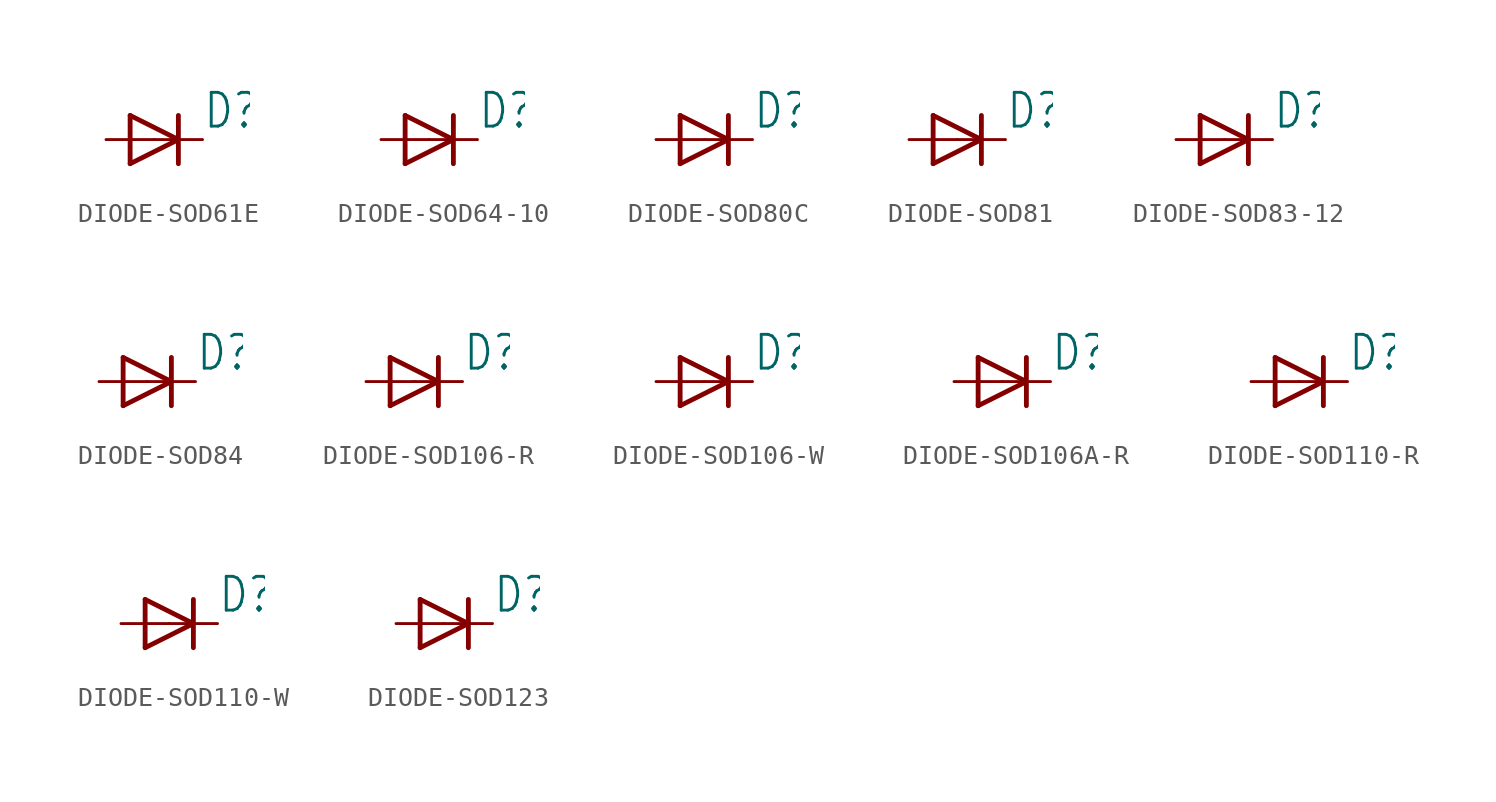
<source format=kicad_sym>
(kicad_symbol_lib
  (version 20241209)
  (generator "kicad_symbol_editor")
  (generator_version "9.0")
  (symbol "DIODE-SOD61E"
    (property "Reference" "D"
      (at 2.54 0.483 0)
      (effects (font (size 1.778 1.511)) (justify left bottom)))
    (property "Value" ""
      (at 2.54 -2.311 0)
      (effects (font (size 1.778 1.511)) (justify left bottom)))
    (property "ki_locked" ""
      (at 0 0 0)
      (effects (font (size 1.27 1.27))))
    (symbol "DIODE-SOD61E_1_0"
      (polyline (pts (xy -1.27 1.27) (xy -1.27 -1.27)) (stroke (width 0.254) (type solid)) (fill (type none)))
      (polyline (pts (xy -1.27 -1.27) (xy 1.27 0)) (stroke (width 0.254) (type solid)) (fill (type none)))
      (polyline (pts (xy 1.27 1.27) (xy 1.27 0)) (stroke (width 0.254) (type solid)) (fill (type none)))
      (polyline (pts (xy 1.27 0) (xy -1.27 1.27)) (stroke (width 0.254) (type solid)) (fill (type none)))
      (polyline (pts (xy 1.27 0) (xy 1.27 -1.27)) (stroke (width 0.254) (type solid)) (fill (type none)))
      (pin passive line (at -2.54 0 0) (length 2.54) (name "A" (effects (font (size 0 0)))) (number "A" (effects (font (size 0 0)))))
      (pin passive line (at 2.54 0 180) (length 2.54) (name "C" (effects (font (size 0 0)))) (number "C" (effects (font (size 0 0)))))))
  (symbol "DIODE-SOD64-10"
    (property "Reference" "D"
      (at 2.54 0.483 0)
      (effects (font (size 1.778 1.511)) (justify left bottom)))
    (property "Value" ""
      (at 2.54 -2.311 0)
      (effects (font (size 1.778 1.511)) (justify left bottom)))
    (property "ki_locked" ""
      (at 0 0 0)
      (effects (font (size 1.27 1.27))))
    (symbol "DIODE-SOD64-10_1_0"
      (polyline (pts (xy -1.27 1.27) (xy -1.27 -1.27)) (stroke (width 0.254) (type solid)) (fill (type none)))
      (polyline (pts (xy -1.27 -1.27) (xy 1.27 0)) (stroke (width 0.254) (type solid)) (fill (type none)))
      (polyline (pts (xy 1.27 1.27) (xy 1.27 0)) (stroke (width 0.254) (type solid)) (fill (type none)))
      (polyline (pts (xy 1.27 0) (xy -1.27 1.27)) (stroke (width 0.254) (type solid)) (fill (type none)))
      (polyline (pts (xy 1.27 0) (xy 1.27 -1.27)) (stroke (width 0.254) (type solid)) (fill (type none)))
      (pin passive line (at -2.54 0 0) (length 2.54) (name "A" (effects (font (size 0 0)))) (number "A" (effects (font (size 0 0)))))
      (pin passive line (at 2.54 0 180) (length 2.54) (name "C" (effects (font (size 0 0)))) (number "C" (effects (font (size 0 0)))))))
  (symbol "DIODE-SOD80C"
    (property "Reference" "D"
      (at 2.54 0.483 0)
      (effects (font (size 1.778 1.511)) (justify left bottom)))
    (property "Value" ""
      (at 2.54 -2.311 0)
      (effects (font (size 1.778 1.511)) (justify left bottom)))
    (property "ki_locked" ""
      (at 0 0 0)
      (effects (font (size 1.27 1.27))))
    (symbol "DIODE-SOD80C_1_0"
      (polyline (pts (xy -1.27 1.27) (xy -1.27 -1.27)) (stroke (width 0.254) (type solid)) (fill (type none)))
      (polyline (pts (xy -1.27 -1.27) (xy 1.27 0)) (stroke (width 0.254) (type solid)) (fill (type none)))
      (polyline (pts (xy 1.27 1.27) (xy 1.27 0)) (stroke (width 0.254) (type solid)) (fill (type none)))
      (polyline (pts (xy 1.27 0) (xy -1.27 1.27)) (stroke (width 0.254) (type solid)) (fill (type none)))
      (polyline (pts (xy 1.27 0) (xy 1.27 -1.27)) (stroke (width 0.254) (type solid)) (fill (type none)))
      (pin passive line (at -2.54 0 0) (length 2.54) (name "A" (effects (font (size 0 0)))) (number "A" (effects (font (size 0 0)))))
      (pin passive line (at 2.54 0 180) (length 2.54) (name "C" (effects (font (size 0 0)))) (number "C" (effects (font (size 0 0)))))))
  (symbol "DIODE-SOD81"
    (property "Reference" "D"
      (at 2.54 0.483 0)
      (effects (font (size 1.778 1.511)) (justify left bottom)))
    (property "Value" ""
      (at 2.54 -2.311 0)
      (effects (font (size 1.778 1.511)) (justify left bottom)))
    (property "ki_locked" ""
      (at 0 0 0)
      (effects (font (size 1.27 1.27))))
    (symbol "DIODE-SOD81_1_0"
      (polyline (pts (xy -1.27 1.27) (xy -1.27 -1.27)) (stroke (width 0.254) (type solid)) (fill (type none)))
      (polyline (pts (xy -1.27 -1.27) (xy 1.27 0)) (stroke (width 0.254) (type solid)) (fill (type none)))
      (polyline (pts (xy 1.27 1.27) (xy 1.27 0)) (stroke (width 0.254) (type solid)) (fill (type none)))
      (polyline (pts (xy 1.27 0) (xy -1.27 1.27)) (stroke (width 0.254) (type solid)) (fill (type none)))
      (polyline (pts (xy 1.27 0) (xy 1.27 -1.27)) (stroke (width 0.254) (type solid)) (fill (type none)))
      (pin passive line (at -2.54 0 0) (length 2.54) (name "A" (effects (font (size 0 0)))) (number "A" (effects (font (size 0 0)))))
      (pin passive line (at 2.54 0 180) (length 2.54) (name "C" (effects (font (size 0 0)))) (number "C" (effects (font (size 0 0)))))))
  (symbol "DIODE-SOD83-12"
    (property "Reference" "D"
      (at 2.54 0.483 0)
      (effects (font (size 1.778 1.511)) (justify left bottom)))
    (property "Value" ""
      (at 2.54 -2.311 0)
      (effects (font (size 1.778 1.511)) (justify left bottom)))
    (property "ki_locked" ""
      (at 0 0 0)
      (effects (font (size 1.27 1.27))))
    (symbol "DIODE-SOD83-12_1_0"
      (polyline (pts (xy -1.27 1.27) (xy -1.27 -1.27)) (stroke (width 0.254) (type solid)) (fill (type none)))
      (polyline (pts (xy -1.27 -1.27) (xy 1.27 0)) (stroke (width 0.254) (type solid)) (fill (type none)))
      (polyline (pts (xy 1.27 1.27) (xy 1.27 0)) (stroke (width 0.254) (type solid)) (fill (type none)))
      (polyline (pts (xy 1.27 0) (xy -1.27 1.27)) (stroke (width 0.254) (type solid)) (fill (type none)))
      (polyline (pts (xy 1.27 0) (xy 1.27 -1.27)) (stroke (width 0.254) (type solid)) (fill (type none)))
      (pin passive line (at -2.54 0 0) (length 2.54) (name "A" (effects (font (size 0 0)))) (number "A" (effects (font (size 0 0)))))
      (pin passive line (at 2.54 0 180) (length 2.54) (name "C" (effects (font (size 0 0)))) (number "C" (effects (font (size 0 0)))))))
  (symbol "DIODE-SOD84"
    (property "Reference" "D"
      (at 2.54 0.483 0)
      (effects (font (size 1.778 1.511)) (justify left bottom)))
    (property "Value" ""
      (at 2.54 -2.311 0)
      (effects (font (size 1.778 1.511)) (justify left bottom)))
    (property "ki_locked" ""
      (at 0 0 0)
      (effects (font (size 1.27 1.27))))
    (symbol "DIODE-SOD84_1_0"
      (polyline (pts (xy -1.27 1.27) (xy -1.27 -1.27)) (stroke (width 0.254) (type solid)) (fill (type none)))
      (polyline (pts (xy -1.27 -1.27) (xy 1.27 0)) (stroke (width 0.254) (type solid)) (fill (type none)))
      (polyline (pts (xy 1.27 1.27) (xy 1.27 0)) (stroke (width 0.254) (type solid)) (fill (type none)))
      (polyline (pts (xy 1.27 0) (xy -1.27 1.27)) (stroke (width 0.254) (type solid)) (fill (type none)))
      (polyline (pts (xy 1.27 0) (xy 1.27 -1.27)) (stroke (width 0.254) (type solid)) (fill (type none)))
      (pin passive line (at -2.54 0 0) (length 2.54) (name "A" (effects (font (size 0 0)))) (number "A" (effects (font (size 0 0)))))
      (pin passive line (at 2.54 0 180) (length 2.54) (name "C" (effects (font (size 0 0)))) (number "C" (effects (font (size 0 0)))))))
  (symbol "DIODE-SOD106-R"
    (property "Reference" "D"
      (at 2.54 0.483 0)
      (effects (font (size 1.778 1.511)) (justify left bottom)))
    (property "Value" ""
      (at 2.54 -2.311 0)
      (effects (font (size 1.778 1.511)) (justify left bottom)))
    (property "ki_locked" ""
      (at 0 0 0)
      (effects (font (size 1.27 1.27))))
    (symbol "DIODE-SOD106-R_1_0"
      (polyline (pts (xy -1.27 1.27) (xy -1.27 -1.27)) (stroke (width 0.254) (type solid)) (fill (type none)))
      (polyline (pts (xy -1.27 -1.27) (xy 1.27 0)) (stroke (width 0.254) (type solid)) (fill (type none)))
      (polyline (pts (xy 1.27 1.27) (xy 1.27 0)) (stroke (width 0.254) (type solid)) (fill (type none)))
      (polyline (pts (xy 1.27 0) (xy -1.27 1.27)) (stroke (width 0.254) (type solid)) (fill (type none)))
      (polyline (pts (xy 1.27 0) (xy 1.27 -1.27)) (stroke (width 0.254) (type solid)) (fill (type none)))
      (pin passive line (at -2.54 0 0) (length 2.54) (name "A" (effects (font (size 0 0)))) (number "A" (effects (font (size 0 0)))))
      (pin passive line (at 2.54 0 180) (length 2.54) (name "C" (effects (font (size 0 0)))) (number "C" (effects (font (size 0 0)))))))
  (symbol "DIODE-SOD106-W"
    (property "Reference" "D"
      (at 2.54 0.483 0)
      (effects (font (size 1.778 1.511)) (justify left bottom)))
    (property "Value" ""
      (at 2.54 -2.311 0)
      (effects (font (size 1.778 1.511)) (justify left bottom)))
    (property "ki_locked" ""
      (at 0 0 0)
      (effects (font (size 1.27 1.27))))
    (symbol "DIODE-SOD106-W_1_0"
      (polyline (pts (xy -1.27 1.27) (xy -1.27 -1.27)) (stroke (width 0.254) (type solid)) (fill (type none)))
      (polyline (pts (xy -1.27 -1.27) (xy 1.27 0)) (stroke (width 0.254) (type solid)) (fill (type none)))
      (polyline (pts (xy 1.27 1.27) (xy 1.27 0)) (stroke (width 0.254) (type solid)) (fill (type none)))
      (polyline (pts (xy 1.27 0) (xy -1.27 1.27)) (stroke (width 0.254) (type solid)) (fill (type none)))
      (polyline (pts (xy 1.27 0) (xy 1.27 -1.27)) (stroke (width 0.254) (type solid)) (fill (type none)))
      (pin passive line (at -2.54 0 0) (length 2.54) (name "A" (effects (font (size 0 0)))) (number "A" (effects (font (size 0 0)))))
      (pin passive line (at 2.54 0 180) (length 2.54) (name "C" (effects (font (size 0 0)))) (number "C" (effects (font (size 0 0)))))))
  (symbol "DIODE-SOD106A-R"
    (property "Reference" "D"
      (at 2.54 0.483 0)
      (effects (font (size 1.778 1.511)) (justify left bottom)))
    (property "Value" ""
      (at 2.54 -2.311 0)
      (effects (font (size 1.778 1.511)) (justify left bottom)))
    (property "ki_locked" ""
      (at 0 0 0)
      (effects (font (size 1.27 1.27))))
    (symbol "DIODE-SOD106A-R_1_0"
      (polyline (pts (xy -1.27 1.27) (xy -1.27 -1.27)) (stroke (width 0.254) (type solid)) (fill (type none)))
      (polyline (pts (xy -1.27 -1.27) (xy 1.27 0)) (stroke (width 0.254) (type solid)) (fill (type none)))
      (polyline (pts (xy 1.27 1.27) (xy 1.27 0)) (stroke (width 0.254) (type solid)) (fill (type none)))
      (polyline (pts (xy 1.27 0) (xy -1.27 1.27)) (stroke (width 0.254) (type solid)) (fill (type none)))
      (polyline (pts (xy 1.27 0) (xy 1.27 -1.27)) (stroke (width 0.254) (type solid)) (fill (type none)))
      (pin passive line (at -2.54 0 0) (length 2.54) (name "A" (effects (font (size 0 0)))) (number "A" (effects (font (size 0 0)))))
      (pin passive line (at 2.54 0 180) (length 2.54) (name "C" (effects (font (size 0 0)))) (number "C" (effects (font (size 0 0)))))))
  (symbol "DIODE-SOD110-R"
    (property "Reference" "D"
      (at 2.54 0.483 0)
      (effects (font (size 1.778 1.511)) (justify left bottom)))
    (property "Value" ""
      (at 2.54 -2.311 0)
      (effects (font (size 1.778 1.511)) (justify left bottom)))
    (property "ki_locked" ""
      (at 0 0 0)
      (effects (font (size 1.27 1.27))))
    (symbol "DIODE-SOD110-R_1_0"
      (polyline (pts (xy -1.27 1.27) (xy -1.27 -1.27)) (stroke (width 0.254) (type solid)) (fill (type none)))
      (polyline (pts (xy -1.27 -1.27) (xy 1.27 0)) (stroke (width 0.254) (type solid)) (fill (type none)))
      (polyline (pts (xy 1.27 1.27) (xy 1.27 0)) (stroke (width 0.254) (type solid)) (fill (type none)))
      (polyline (pts (xy 1.27 0) (xy -1.27 1.27)) (stroke (width 0.254) (type solid)) (fill (type none)))
      (polyline (pts (xy 1.27 0) (xy 1.27 -1.27)) (stroke (width 0.254) (type solid)) (fill (type none)))
      (pin passive line (at -2.54 0 0) (length 2.54) (name "A" (effects (font (size 0 0)))) (number "A" (effects (font (size 0 0)))))
      (pin passive line (at 2.54 0 180) (length 2.54) (name "C" (effects (font (size 0 0)))) (number "C" (effects (font (size 0 0)))))))
  (symbol "DIODE-SOD110-W"
    (property "Reference" "D"
      (at 2.54 0.483 0)
      (effects (font (size 1.778 1.511)) (justify left bottom)))
    (property "Value" ""
      (at 2.54 -2.311 0)
      (effects (font (size 1.778 1.511)) (justify left bottom)))
    (property "ki_locked" ""
      (at 0 0 0)
      (effects (font (size 1.27 1.27))))
    (symbol "DIODE-SOD110-W_1_0"
      (polyline (pts (xy -1.27 1.27) (xy -1.27 -1.27)) (stroke (width 0.254) (type solid)) (fill (type none)))
      (polyline (pts (xy -1.27 -1.27) (xy 1.27 0)) (stroke (width 0.254) (type solid)) (fill (type none)))
      (polyline (pts (xy 1.27 1.27) (xy 1.27 0)) (stroke (width 0.254) (type solid)) (fill (type none)))
      (polyline (pts (xy 1.27 0) (xy -1.27 1.27)) (stroke (width 0.254) (type solid)) (fill (type none)))
      (polyline (pts (xy 1.27 0) (xy 1.27 -1.27)) (stroke (width 0.254) (type solid)) (fill (type none)))
      (pin passive line (at -2.54 0 0) (length 2.54) (name "A" (effects (font (size 0 0)))) (number "A" (effects (font (size 0 0)))))
      (pin passive line (at 2.54 0 180) (length 2.54) (name "C" (effects (font (size 0 0)))) (number "C" (effects (font (size 0 0)))))))
  (symbol "DIODE-SOD123"
    (property "Reference" "D"
      (at 2.54 0.483 0)
      (effects (font (size 1.778 1.511)) (justify left bottom)))
    (property "Value" ""
      (at 2.54 -2.311 0)
      (effects (font (size 1.778 1.511)) (justify left bottom)))
    (property "ki_locked" ""
      (at 0 0 0)
      (effects (font (size 1.27 1.27))))
    (symbol "DIODE-SOD123_1_0"
      (polyline (pts (xy -1.27 1.27) (xy -1.27 -1.27)) (stroke (width 0.254) (type solid)) (fill (type none)))
      (polyline (pts (xy -1.27 -1.27) (xy 1.27 0)) (stroke (width 0.254) (type solid)) (fill (type none)))
      (polyline (pts (xy 1.27 1.27) (xy 1.27 0)) (stroke (width 0.254) (type solid)) (fill (type none)))
      (polyline (pts (xy 1.27 0) (xy -1.27 1.27)) (stroke (width 0.254) (type solid)) (fill (type none)))
      (polyline (pts (xy 1.27 0) (xy 1.27 -1.27)) (stroke (width 0.254) (type solid)) (fill (type none)))
      (pin passive line (at -2.54 0 0) (length 2.54) (name "A" (effects (font (size 0 0)))) (number "A" (effects (font (size 0 0)))))
      (pin passive line (at 2.54 0 180) (length 2.54) (name "C" (effects (font (size 0 0)))) (number "C" (effects (font (size 0 0))))))))
</source>
